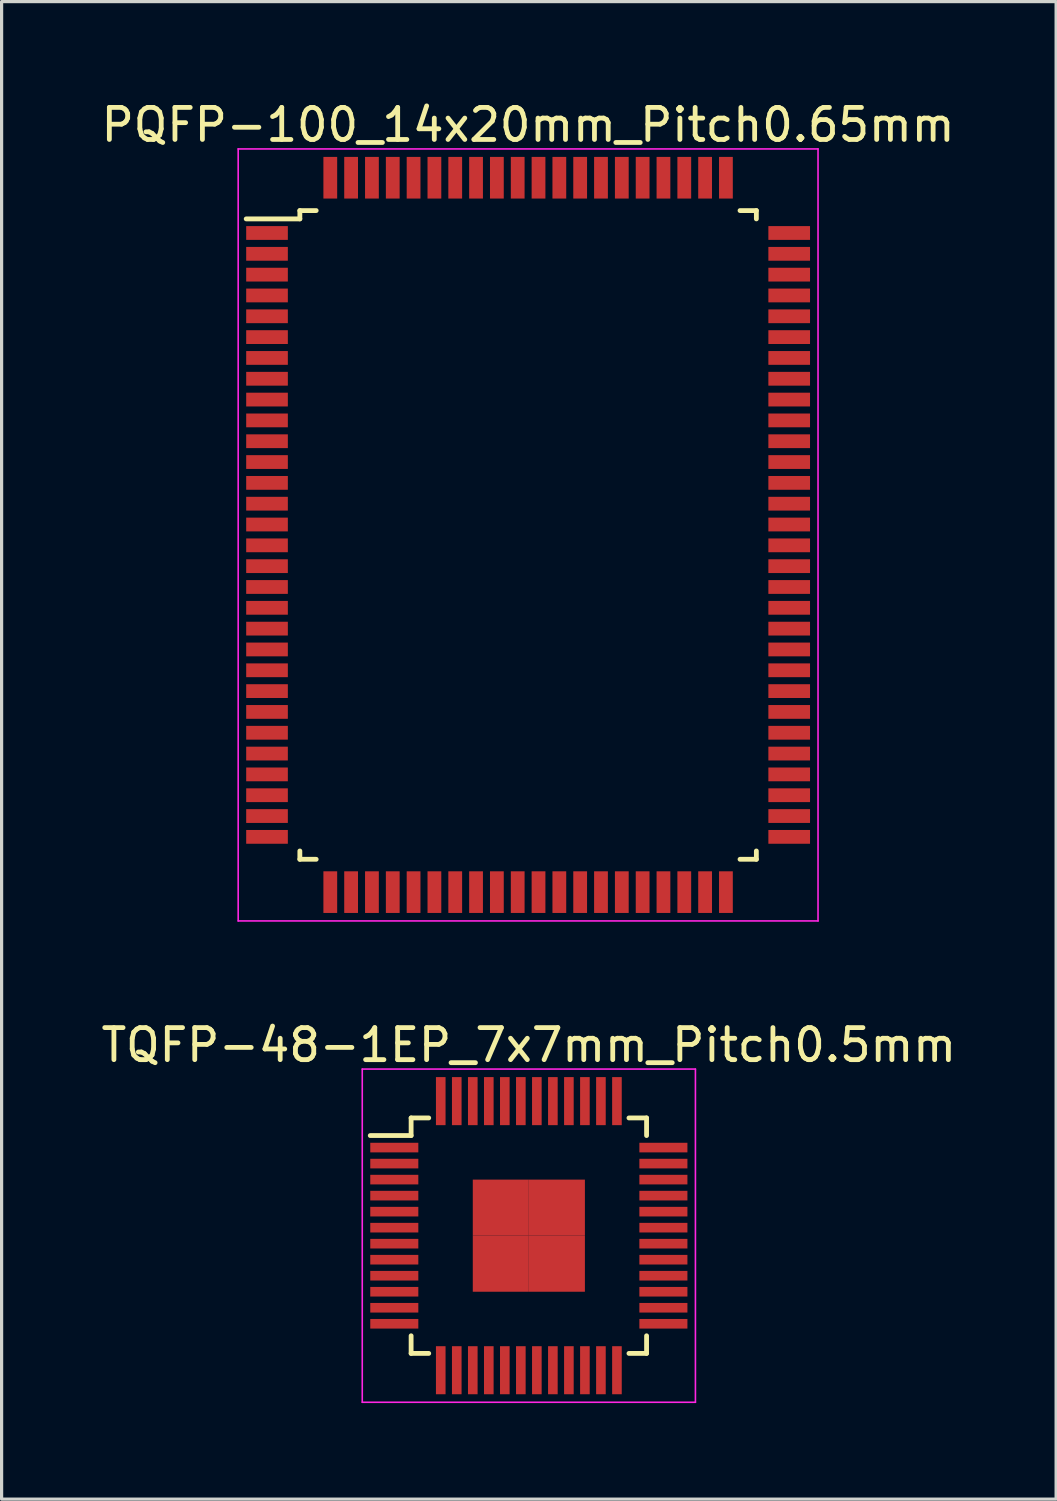
<source format=kicad_pcb>
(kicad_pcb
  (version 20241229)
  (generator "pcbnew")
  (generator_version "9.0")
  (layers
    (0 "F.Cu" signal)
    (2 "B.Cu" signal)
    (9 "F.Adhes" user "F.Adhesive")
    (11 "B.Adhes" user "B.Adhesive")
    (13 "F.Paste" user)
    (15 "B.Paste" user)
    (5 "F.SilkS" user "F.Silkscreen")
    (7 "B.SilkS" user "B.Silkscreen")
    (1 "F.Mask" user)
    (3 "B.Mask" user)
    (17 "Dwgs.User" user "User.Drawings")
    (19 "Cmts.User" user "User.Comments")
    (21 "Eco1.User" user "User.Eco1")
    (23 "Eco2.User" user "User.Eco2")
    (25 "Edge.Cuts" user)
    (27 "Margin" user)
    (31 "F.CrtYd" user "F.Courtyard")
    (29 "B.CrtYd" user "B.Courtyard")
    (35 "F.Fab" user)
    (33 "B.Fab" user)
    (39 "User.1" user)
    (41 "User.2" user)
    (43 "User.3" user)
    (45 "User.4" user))
  (footprint "TQFP-48-1EP_7x7mm_Pitch0.5mm"
    (layer "F.Cu")
    (at 13.458 35.522)
    (property "Reference" "TQFP-48-1EP_7x7mm_Pitch0.5mm" (at 0 -5.95 0) (layer "F.SilkS") (effects (font (size 1 1) (thickness 0.15))))
    (attr smd)
    (fp_line (start -3.675 -3.675) (end -3.675 -3.125) (stroke (width 0.15) (type solid)) (layer "F.SilkS"))
    (fp_line (start -3.675 -3.675) (end -3.125 -3.675) (stroke (width 0.15) (type solid)) (layer "F.SilkS"))
    (fp_line (start -3.675 -3.125) (end -4.95 -3.125) (stroke (width 0.15) (type solid)) (layer "F.SilkS"))
    (fp_line (start -3.675 3.675) (end -3.675 3.125) (stroke (width 0.15) (type solid)) (layer "F.SilkS"))
    (fp_line (start -3.675 3.675) (end -3.125 3.675) (stroke (width 0.15) (type solid)) (layer "F.SilkS"))
    (fp_line (start 3.675 -3.675) (end 3.125 -3.675) (stroke (width 0.15) (type solid)) (layer "F.SilkS"))
    (fp_line (start 3.675 -3.675) (end 3.675 -3.125) (stroke (width 0.15) (type solid)) (layer "F.SilkS"))
    (fp_line (start 3.675 3.675) (end 3.125 3.675) (stroke (width 0.15) (type solid)) (layer "F.SilkS"))
    (fp_line (start 3.675 3.675) (end 3.675 3.125) (stroke (width 0.15) (type solid)) (layer "F.SilkS"))
    (fp_line (start -5.2 -5.2) (end -5.2 5.2) (stroke (width 0.05) (type solid)) (layer "F.CrtYd"))
    (fp_line (start -5.2 -5.2) (end 5.2 -5.2) (stroke (width 0.05) (type solid)) (layer "F.CrtYd"))
    (fp_line (start -5.2 5.2) (end 5.2 5.2) (stroke (width 0.05) (type solid)) (layer "F.CrtYd"))
    (fp_line (start 5.2 -5.2) (end 5.2 5.2) (stroke (width 0.05) (type solid)) (layer "F.CrtYd"))
    (pad "1" smd rect (at -4.2 -2.75) (size 1.5 0.3) (layers "F.Cu" "F.Mask" "F.Paste"))
    (pad "2" smd rect (at -4.2 -2.25) (size 1.5 0.3) (layers "F.Cu" "F.Mask" "F.Paste"))
    (pad "3" smd rect (at -4.2 -1.75) (size 1.5 0.3) (layers "F.Cu" "F.Mask" "F.Paste"))
    (pad "4" smd rect (at -4.2 -1.25) (size 1.5 0.3) (layers "F.Cu" "F.Mask" "F.Paste"))
    (pad "5" smd rect (at -4.2 -0.75) (size 1.5 0.3) (layers "F.Cu" "F.Mask" "F.Paste"))
    (pad "6" smd rect (at -4.2 -0.25) (size 1.5 0.3) (layers "F.Cu" "F.Mask" "F.Paste"))
    (pad "7" smd rect (at -4.2 0.25) (size 1.5 0.3) (layers "F.Cu" "F.Mask" "F.Paste"))
    (pad "8" smd rect (at -4.2 0.75) (size 1.5 0.3) (layers "F.Cu" "F.Mask" "F.Paste"))
    (pad "9" smd rect (at -4.2 1.25) (size 1.5 0.3) (layers "F.Cu" "F.Mask" "F.Paste"))
    (pad "10" smd rect (at -4.2 1.75) (size 1.5 0.3) (layers "F.Cu" "F.Mask" "F.Paste"))
    (pad "11" smd rect (at -4.2 2.25) (size 1.5 0.3) (layers "F.Cu" "F.Mask" "F.Paste"))
    (pad "12" smd rect (at -4.2 2.75) (size 1.5 0.3) (layers "F.Cu" "F.Mask" "F.Paste"))
    (pad "13" smd rect (at -2.75 4.2 90) (size 1.5 0.3) (layers "F.Cu" "F.Mask" "F.Paste"))
    (pad "14" smd rect (at -2.25 4.2 90) (size 1.5 0.3) (layers "F.Cu" "F.Mask" "F.Paste"))
    (pad "15" smd rect (at -1.75 4.2 90) (size 1.5 0.3) (layers "F.Cu" "F.Mask" "F.Paste"))
    (pad "16" smd rect (at -1.25 4.2 90) (size 1.5 0.3) (layers "F.Cu" "F.Mask" "F.Paste"))
    (pad "17" smd rect (at -0.75 4.2 90) (size 1.5 0.3) (layers "F.Cu" "F.Mask" "F.Paste"))
    (pad "18" smd rect (at -0.25 4.2 90) (size 1.5 0.3) (layers "F.Cu" "F.Mask" "F.Paste"))
    (pad "19" smd rect (at 0.25 4.2 90) (size 1.5 0.3) (layers "F.Cu" "F.Mask" "F.Paste"))
    (pad "20" smd rect (at 0.75 4.2 90) (size 1.5 0.3) (layers "F.Cu" "F.Mask" "F.Paste"))
    (pad "21" smd rect (at 1.25 4.2 90) (size 1.5 0.3) (layers "F.Cu" "F.Mask" "F.Paste"))
    (pad "22" smd rect (at 1.75 4.2 90) (size 1.5 0.3) (layers "F.Cu" "F.Mask" "F.Paste"))
    (pad "23" smd rect (at 2.25 4.2 90) (size 1.5 0.3) (layers "F.Cu" "F.Mask" "F.Paste"))
    (pad "24" smd rect (at 2.75 4.2 90) (size 1.5 0.3) (layers "F.Cu" "F.Mask" "F.Paste"))
    (pad "25" smd rect (at 4.2 2.75) (size 1.5 0.3) (layers "F.Cu" "F.Mask" "F.Paste"))
    (pad "26" smd rect (at 4.2 2.25) (size 1.5 0.3) (layers "F.Cu" "F.Mask" "F.Paste"))
    (pad "27" smd rect (at 4.2 1.75) (size 1.5 0.3) (layers "F.Cu" "F.Mask" "F.Paste"))
    (pad "28" smd rect (at 4.2 1.25) (size 1.5 0.3) (layers "F.Cu" "F.Mask" "F.Paste"))
    (pad "29" smd rect (at 4.2 0.75) (size 1.5 0.3) (layers "F.Cu" "F.Mask" "F.Paste"))
    (pad "30" smd rect (at 4.2 0.25) (size 1.5 0.3) (layers "F.Cu" "F.Mask" "F.Paste"))
    (pad "31" smd rect (at 4.2 -0.25) (size 1.5 0.3) (layers "F.Cu" "F.Mask" "F.Paste"))
    (pad "32" smd rect (at 4.2 -0.75) (size 1.5 0.3) (layers "F.Cu" "F.Mask" "F.Paste"))
    (pad "33" smd rect (at 4.2 -1.25) (size 1.5 0.3) (layers "F.Cu" "F.Mask" "F.Paste"))
    (pad "34" smd rect (at 4.2 -1.75) (size 1.5 0.3) (layers "F.Cu" "F.Mask" "F.Paste"))
    (pad "35" smd rect (at 4.2 -2.25) (size 1.5 0.3) (layers "F.Cu" "F.Mask" "F.Paste"))
    (pad "36" smd rect (at 4.2 -2.75) (size 1.5 0.3) (layers "F.Cu" "F.Mask" "F.Paste"))
    (pad "37" smd rect (at 2.75 -4.2 90) (size 1.5 0.3) (layers "F.Cu" "F.Mask" "F.Paste"))
    (pad "38" smd rect (at 2.25 -4.2 90) (size 1.5 0.3) (layers "F.Cu" "F.Mask" "F.Paste"))
    (pad "39" smd rect (at 1.75 -4.2 90) (size 1.5 0.3) (layers "F.Cu" "F.Mask" "F.Paste"))
    (pad "40" smd rect (at 1.25 -4.2 90) (size 1.5 0.3) (layers "F.Cu" "F.Mask" "F.Paste"))
    (pad "41" smd rect (at 0.75 -4.2 90) (size 1.5 0.3) (layers "F.Cu" "F.Mask" "F.Paste"))
    (pad "42" smd rect (at 0.25 -4.2 90) (size 1.5 0.3) (layers "F.Cu" "F.Mask" "F.Paste"))
    (pad "43" smd rect (at -0.25 -4.2 90) (size 1.5 0.3) (layers "F.Cu" "F.Mask" "F.Paste"))
    (pad "44" smd rect (at -0.75 -4.2 90) (size 1.5 0.3) (layers "F.Cu" "F.Mask" "F.Paste"))
    (pad "45" smd rect (at -1.25 -4.2 90) (size 1.5 0.3) (layers "F.Cu" "F.Mask" "F.Paste"))
    (pad "46" smd rect (at -1.75 -4.2 90) (size 1.5 0.3) (layers "F.Cu" "F.Mask" "F.Paste"))
    (pad "47" smd rect (at -2.25 -4.2 90) (size 1.5 0.3) (layers "F.Cu" "F.Mask" "F.Paste"))
    (pad "48" smd rect (at -2.75 -4.2 90) (size 1.5 0.3) (layers "F.Cu" "F.Mask" "F.Paste"))
    (pad "49" smd rect (at -0.875 -0.875) (size 1.75 1.75) (layers "F.Cu" "F.Mask" "F.Paste"))
    (pad "49" smd rect (at -0.875 0.875) (size 1.75 1.75) (layers "F.Cu" "F.Mask" "F.Paste"))
    (pad "49" smd rect (at 0.875 -0.875) (size 1.75 1.75) (layers "F.Cu" "F.Mask" "F.Paste"))
    (pad "49" smd rect (at 0.875 0.875) (size 1.75 1.75) (layers "F.Cu" "F.Mask" "F.Paste")))
  (footprint "PQFP-100_14x20mm_Pitch0.65mm"
    (layer "F.Cu")
    (at 13.435 13.648)
    (property "Reference" "PQFP-100_14x20mm_Pitch0.65mm" (at 0 -12.8 0) (layer "F.SilkS") (effects (font (size 1 1) (thickness 0.15))))
    (attr smd)
    (fp_line (start -7.125 -10.125) (end -7.125 -9.865) (stroke (width 0.15) (type solid)) (layer "F.SilkS"))
    (fp_line (start -7.125 -10.125) (end -6.615 -10.125) (stroke (width 0.15) (type solid)) (layer "F.SilkS"))
    (fp_line (start -7.125 -9.865) (end -8.8 -9.865) (stroke (width 0.15) (type solid)) (layer "F.SilkS"))
    (fp_line (start -7.125 10.125) (end -7.125 9.865) (stroke (width 0.15) (type solid)) (layer "F.SilkS"))
    (fp_line (start -7.125 10.125) (end -6.615 10.125) (stroke (width 0.15) (type solid)) (layer "F.SilkS"))
    (fp_line (start 7.125 -10.125) (end 6.615 -10.125) (stroke (width 0.15) (type solid)) (layer "F.SilkS"))
    (fp_line (start 7.125 -10.125) (end 7.125 -9.865) (stroke (width 0.15) (type solid)) (layer "F.SilkS"))
    (fp_line (start 7.125 10.125) (end 6.615 10.125) (stroke (width 0.15) (type solid)) (layer "F.SilkS"))
    (fp_line (start 7.125 10.125) (end 7.125 9.865) (stroke (width 0.15) (type solid)) (layer "F.SilkS"))
    (fp_line (start -9.05 -12.05) (end -9.05 12.05) (stroke (width 0.05) (type solid)) (layer "F.CrtYd"))
    (fp_line (start -9.05 -12.05) (end 9.05 -12.05) (stroke (width 0.05) (type solid)) (layer "F.CrtYd"))
    (fp_line (start -9.05 12.05) (end 9.05 12.05) (stroke (width 0.05) (type solid)) (layer "F.CrtYd"))
    (fp_line (start 9.05 -12.05) (end 9.05 12.05) (stroke (width 0.05) (type solid)) (layer "F.CrtYd"))
    (pad "1" smd rect (at -8.15 -9.425) (size 1.3 0.43) (layers "F.Cu" "F.Mask" "F.Paste"))
    (pad "2" smd rect (at -8.15 -8.775) (size 1.3 0.43) (layers "F.Cu" "F.Mask" "F.Paste"))
    (pad "3" smd rect (at -8.15 -8.125) (size 1.3 0.43) (layers "F.Cu" "F.Mask" "F.Paste"))
    (pad "4" smd rect (at -8.15 -7.475) (size 1.3 0.43) (layers "F.Cu" "F.Mask" "F.Paste"))
    (pad "5" smd rect (at -8.15 -6.825) (size 1.3 0.43) (layers "F.Cu" "F.Mask" "F.Paste"))
    (pad "6" smd rect (at -8.15 -6.175) (size 1.3 0.43) (layers "F.Cu" "F.Mask" "F.Paste"))
    (pad "7" smd rect (at -8.15 -5.525) (size 1.3 0.43) (layers "F.Cu" "F.Mask" "F.Paste"))
    (pad "8" smd rect (at -8.15 -4.875) (size 1.3 0.43) (layers "F.Cu" "F.Mask" "F.Paste"))
    (pad "9" smd rect (at -8.15 -4.225) (size 1.3 0.43) (layers "F.Cu" "F.Mask" "F.Paste"))
    (pad "10" smd rect (at -8.15 -3.575) (size 1.3 0.43) (layers "F.Cu" "F.Mask" "F.Paste"))
    (pad "11" smd rect (at -8.15 -2.925) (size 1.3 0.43) (layers "F.Cu" "F.Mask" "F.Paste"))
    (pad "12" smd rect (at -8.15 -2.275) (size 1.3 0.43) (layers "F.Cu" "F.Mask" "F.Paste"))
    (pad "13" smd rect (at -8.15 -1.625) (size 1.3 0.43) (layers "F.Cu" "F.Mask" "F.Paste"))
    (pad "14" smd rect (at -8.15 -0.975) (size 1.3 0.43) (layers "F.Cu" "F.Mask" "F.Paste"))
    (pad "15" smd rect (at -8.15 -0.325) (size 1.3 0.43) (layers "F.Cu" "F.Mask" "F.Paste"))
    (pad "16" smd rect (at -8.15 0.325) (size 1.3 0.43) (layers "F.Cu" "F.Mask" "F.Paste"))
    (pad "17" smd rect (at -8.15 0.975) (size 1.3 0.43) (layers "F.Cu" "F.Mask" "F.Paste"))
    (pad "18" smd rect (at -8.15 1.625) (size 1.3 0.43) (layers "F.Cu" "F.Mask" "F.Paste"))
    (pad "19" smd rect (at -8.15 2.275) (size 1.3 0.43) (layers "F.Cu" "F.Mask" "F.Paste"))
    (pad "20" smd rect (at -8.15 2.925) (size 1.3 0.43) (layers "F.Cu" "F.Mask" "F.Paste"))
    (pad "21" smd rect (at -8.15 3.575) (size 1.3 0.43) (layers "F.Cu" "F.Mask" "F.Paste"))
    (pad "22" smd rect (at -8.15 4.225) (size 1.3 0.43) (layers "F.Cu" "F.Mask" "F.Paste"))
    (pad "23" smd rect (at -8.15 4.875) (size 1.3 0.43) (layers "F.Cu" "F.Mask" "F.Paste"))
    (pad "24" smd rect (at -8.15 5.525) (size 1.3 0.43) (layers "F.Cu" "F.Mask" "F.Paste"))
    (pad "25" smd rect (at -8.15 6.175) (size 1.3 0.43) (layers "F.Cu" "F.Mask" "F.Paste"))
    (pad "26" smd rect (at -8.15 6.825) (size 1.3 0.43) (layers "F.Cu" "F.Mask" "F.Paste"))
    (pad "27" smd rect (at -8.15 7.475) (size 1.3 0.43) (layers "F.Cu" "F.Mask" "F.Paste"))
    (pad "28" smd rect (at -8.15 8.125) (size 1.3 0.43) (layers "F.Cu" "F.Mask" "F.Paste"))
    (pad "29" smd rect (at -8.15 8.775) (size 1.3 0.43) (layers "F.Cu" "F.Mask" "F.Paste"))
    (pad "30" smd rect (at -8.15 9.425) (size 1.3 0.43) (layers "F.Cu" "F.Mask" "F.Paste"))
    (pad "31" smd rect (at -6.175 11.15 90) (size 1.3 0.43) (layers "F.Cu" "F.Mask" "F.Paste"))
    (pad "32" smd rect (at -5.525 11.15 90) (size 1.3 0.43) (layers "F.Cu" "F.Mask" "F.Paste"))
    (pad "33" smd rect (at -4.875 11.15 90) (size 1.3 0.43) (layers "F.Cu" "F.Mask" "F.Paste"))
    (pad "34" smd rect (at -4.225 11.15 90) (size 1.3 0.43) (layers "F.Cu" "F.Mask" "F.Paste"))
    (pad "35" smd rect (at -3.575 11.15 90) (size 1.3 0.43) (layers "F.Cu" "F.Mask" "F.Paste"))
    (pad "36" smd rect (at -2.925 11.15 90) (size 1.3 0.43) (layers "F.Cu" "F.Mask" "F.Paste"))
    (pad "37" smd rect (at -2.275 11.15 90) (size 1.3 0.43) (layers "F.Cu" "F.Mask" "F.Paste"))
    (pad "38" smd rect (at -1.625 11.15 90) (size 1.3 0.43) (layers "F.Cu" "F.Mask" "F.Paste"))
    (pad "39" smd rect (at -0.975 11.15 90) (size 1.3 0.43) (layers "F.Cu" "F.Mask" "F.Paste"))
    (pad "40" smd rect (at -0.325 11.15 90) (size 1.3 0.43) (layers "F.Cu" "F.Mask" "F.Paste"))
    (pad "41" smd rect (at 0.325 11.15 90) (size 1.3 0.43) (layers "F.Cu" "F.Mask" "F.Paste"))
    (pad "42" smd rect (at 0.975 11.15 90) (size 1.3 0.43) (layers "F.Cu" "F.Mask" "F.Paste"))
    (pad "43" smd rect (at 1.625 11.15 90) (size 1.3 0.43) (layers "F.Cu" "F.Mask" "F.Paste"))
    (pad "44" smd rect (at 2.275 11.15 90) (size 1.3 0.43) (layers "F.Cu" "F.Mask" "F.Paste"))
    (pad "45" smd rect (at 2.925 11.15 90) (size 1.3 0.43) (layers "F.Cu" "F.Mask" "F.Paste"))
    (pad "46" smd rect (at 3.575 11.15 90) (size 1.3 0.43) (layers "F.Cu" "F.Mask" "F.Paste"))
    (pad "47" smd rect (at 4.225 11.15 90) (size 1.3 0.43) (layers "F.Cu" "F.Mask" "F.Paste"))
    (pad "48" smd rect (at 4.875 11.15 90) (size 1.3 0.43) (layers "F.Cu" "F.Mask" "F.Paste"))
    (pad "49" smd rect (at 5.525 11.15 90) (size 1.3 0.43) (layers "F.Cu" "F.Mask" "F.Paste"))
    (pad "50" smd rect (at 6.175 11.15 90) (size 1.3 0.43) (layers "F.Cu" "F.Mask" "F.Paste"))
    (pad "51" smd rect (at 8.15 9.425) (size 1.3 0.43) (layers "F.Cu" "F.Mask" "F.Paste"))
    (pad "52" smd rect (at 8.15 8.775) (size 1.3 0.43) (layers "F.Cu" "F.Mask" "F.Paste"))
    (pad "53" smd rect (at 8.15 8.125) (size 1.3 0.43) (layers "F.Cu" "F.Mask" "F.Paste"))
    (pad "54" smd rect (at 8.15 7.475) (size 1.3 0.43) (layers "F.Cu" "F.Mask" "F.Paste"))
    (pad "55" smd rect (at 8.15 6.825) (size 1.3 0.43) (layers "F.Cu" "F.Mask" "F.Paste"))
    (pad "56" smd rect (at 8.15 6.175) (size 1.3 0.43) (layers "F.Cu" "F.Mask" "F.Paste"))
    (pad "57" smd rect (at 8.15 5.525) (size 1.3 0.43) (layers "F.Cu" "F.Mask" "F.Paste"))
    (pad "58" smd rect (at 8.15 4.875) (size 1.3 0.43) (layers "F.Cu" "F.Mask" "F.Paste"))
    (pad "59" smd rect (at 8.15 4.225) (size 1.3 0.43) (layers "F.Cu" "F.Mask" "F.Paste"))
    (pad "60" smd rect (at 8.15 3.575) (size 1.3 0.43) (layers "F.Cu" "F.Mask" "F.Paste"))
    (pad "61" smd rect (at 8.15 2.925) (size 1.3 0.43) (layers "F.Cu" "F.Mask" "F.Paste"))
    (pad "62" smd rect (at 8.15 2.275) (size 1.3 0.43) (layers "F.Cu" "F.Mask" "F.Paste"))
    (pad "63" smd rect (at 8.15 1.625) (size 1.3 0.43) (layers "F.Cu" "F.Mask" "F.Paste"))
    (pad "64" smd rect (at 8.15 0.975) (size 1.3 0.43) (layers "F.Cu" "F.Mask" "F.Paste"))
    (pad "65" smd rect (at 8.15 0.325) (size 1.3 0.43) (layers "F.Cu" "F.Mask" "F.Paste"))
    (pad "66" smd rect (at 8.15 -0.325) (size 1.3 0.43) (layers "F.Cu" "F.Mask" "F.Paste"))
    (pad "67" smd rect (at 8.15 -0.975) (size 1.3 0.43) (layers "F.Cu" "F.Mask" "F.Paste"))
    (pad "68" smd rect (at 8.15 -1.625) (size 1.3 0.43) (layers "F.Cu" "F.Mask" "F.Paste"))
    (pad "69" smd rect (at 8.15 -2.275) (size 1.3 0.43) (layers "F.Cu" "F.Mask" "F.Paste"))
    (pad "70" smd rect (at 8.15 -2.925) (size 1.3 0.43) (layers "F.Cu" "F.Mask" "F.Paste"))
    (pad "71" smd rect (at 8.15 -3.575) (size 1.3 0.43) (layers "F.Cu" "F.Mask" "F.Paste"))
    (pad "72" smd rect (at 8.15 -4.225) (size 1.3 0.43) (layers "F.Cu" "F.Mask" "F.Paste"))
    (pad "73" smd rect (at 8.15 -4.875) (size 1.3 0.43) (layers "F.Cu" "F.Mask" "F.Paste"))
    (pad "74" smd rect (at 8.15 -5.525) (size 1.3 0.43) (layers "F.Cu" "F.Mask" "F.Paste"))
    (pad "75" smd rect (at 8.15 -6.175) (size 1.3 0.43) (layers "F.Cu" "F.Mask" "F.Paste"))
    (pad "76" smd rect (at 8.15 -6.825) (size 1.3 0.43) (layers "F.Cu" "F.Mask" "F.Paste"))
    (pad "77" smd rect (at 8.15 -7.475) (size 1.3 0.43) (layers "F.Cu" "F.Mask" "F.Paste"))
    (pad "78" smd rect (at 8.15 -8.125) (size 1.3 0.43) (layers "F.Cu" "F.Mask" "F.Paste"))
    (pad "79" smd rect (at 8.15 -8.775) (size 1.3 0.43) (layers "F.Cu" "F.Mask" "F.Paste"))
    (pad "80" smd rect (at 8.15 -9.425) (size 1.3 0.43) (layers "F.Cu" "F.Mask" "F.Paste"))
    (pad "81" smd rect (at 6.175 -11.15 90) (size 1.3 0.43) (layers "F.Cu" "F.Mask" "F.Paste"))
    (pad "82" smd rect (at 5.525 -11.15 90) (size 1.3 0.43) (layers "F.Cu" "F.Mask" "F.Paste"))
    (pad "83" smd rect (at 4.875 -11.15 90) (size 1.3 0.43) (layers "F.Cu" "F.Mask" "F.Paste"))
    (pad "84" smd rect (at 4.225 -11.15 90) (size 1.3 0.43) (layers "F.Cu" "F.Mask" "F.Paste"))
    (pad "85" smd rect (at 3.575 -11.15 90) (size 1.3 0.43) (layers "F.Cu" "F.Mask" "F.Paste"))
    (pad "86" smd rect (at 2.925 -11.15 90) (size 1.3 0.43) (layers "F.Cu" "F.Mask" "F.Paste"))
    (pad "87" smd rect (at 2.275 -11.15 90) (size 1.3 0.43) (layers "F.Cu" "F.Mask" "F.Paste"))
    (pad "88" smd rect (at 1.625 -11.15 90) (size 1.3 0.43) (layers "F.Cu" "F.Mask" "F.Paste"))
    (pad "89" smd rect (at 0.975 -11.15 90) (size 1.3 0.43) (layers "F.Cu" "F.Mask" "F.Paste"))
    (pad "90" smd rect (at 0.325 -11.15 90) (size 1.3 0.43) (layers "F.Cu" "F.Mask" "F.Paste"))
    (pad "91" smd rect (at -0.325 -11.15 90) (size 1.3 0.43) (layers "F.Cu" "F.Mask" "F.Paste"))
    (pad "92" smd rect (at -0.975 -11.15 90) (size 1.3 0.43) (layers "F.Cu" "F.Mask" "F.Paste"))
    (pad "93" smd rect (at -1.625 -11.15 90) (size 1.3 0.43) (layers "F.Cu" "F.Mask" "F.Paste"))
    (pad "94" smd rect (at -2.275 -11.15 90) (size 1.3 0.43) (layers "F.Cu" "F.Mask" "F.Paste"))
    (pad "95" smd rect (at -2.925 -11.15 90) (size 1.3 0.43) (layers "F.Cu" "F.Mask" "F.Paste"))
    (pad "96" smd rect (at -3.575 -11.15 90) (size 1.3 0.43) (layers "F.Cu" "F.Mask" "F.Paste"))
    (pad "97" smd rect (at -4.225 -11.15 90) (size 1.3 0.43) (layers "F.Cu" "F.Mask" "F.Paste"))
    (pad "98" smd rect (at -4.875 -11.15 90) (size 1.3 0.43) (layers "F.Cu" "F.Mask" "F.Paste"))
    (pad "99" smd rect (at -5.525 -11.15 90) (size 1.3 0.43) (layers "F.Cu" "F.Mask" "F.Paste"))
    (pad "100" smd rect (at -6.175 -11.15 90) (size 1.3 0.43) (layers "F.Cu" "F.Mask" "F.Paste")))
  (gr_rect
    (start -3 -3)
    (end 29.917 43.746)
    (stroke (width 0.1) (type default))
    (fill no)
    (layer "Edge.Cuts")))
</source>
